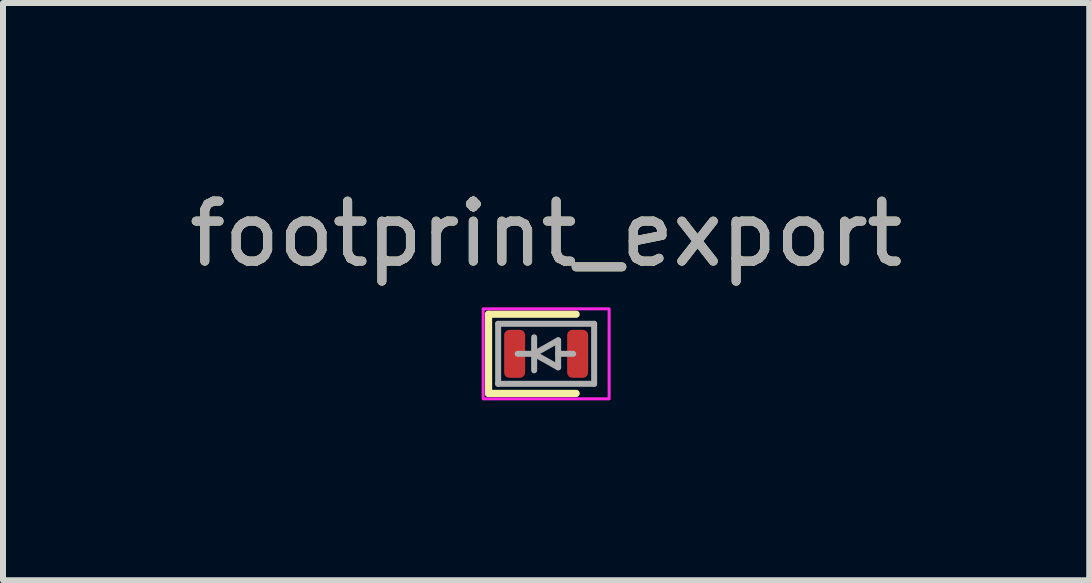
<source format=kicad_pcb>
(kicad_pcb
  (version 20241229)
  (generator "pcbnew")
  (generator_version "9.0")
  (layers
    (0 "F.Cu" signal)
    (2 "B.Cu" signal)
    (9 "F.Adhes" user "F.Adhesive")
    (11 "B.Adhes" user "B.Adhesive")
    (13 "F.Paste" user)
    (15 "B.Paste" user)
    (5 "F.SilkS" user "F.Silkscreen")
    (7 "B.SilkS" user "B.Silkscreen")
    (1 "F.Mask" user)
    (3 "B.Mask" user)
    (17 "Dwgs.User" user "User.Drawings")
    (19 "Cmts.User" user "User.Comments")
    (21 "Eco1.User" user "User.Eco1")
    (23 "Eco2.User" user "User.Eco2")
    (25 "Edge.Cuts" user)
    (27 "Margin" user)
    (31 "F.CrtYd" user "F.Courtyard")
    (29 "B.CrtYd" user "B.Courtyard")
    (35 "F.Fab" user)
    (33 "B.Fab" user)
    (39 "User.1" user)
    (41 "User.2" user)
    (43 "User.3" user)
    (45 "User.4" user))
  (footprint "footprint_export"
    (layer "F.Cu")
    (at 6.054 2.848)
    (property "Reference" "footprint_export" (at 0 -2 0) (layer "F.SilkS") (effects (font (size 1 1) (thickness 0.15))))
    (attr smd)
    (fp_line (start -0.96 -0.66) (end -0.96 0.66) (stroke (width 0.12) (type solid)) (layer "F.SilkS"))
    (fp_line (start -0.96 0.66) (end 0.5 0.66) (stroke (width 0.12) (type solid)) (layer "F.SilkS"))
    (fp_line (start 0.5 -0.66) (end -0.96 -0.66) (stroke (width 0.12) (type solid)) (layer "F.SilkS"))
    (fp_rect (start 1.05 0.75) (end -1.05 -0.75) (stroke (width 0.05) (type default)) (fill no) (layer "F.CrtYd"))
    (fp_line (start -0.8 -0.5) (end -0.8 0.5) (stroke (width 0.1) (type solid)) (layer "F.Fab"))
    (fp_line (start -0.8 -0.5) (end 0.8 -0.5) (stroke (width 0.1) (type solid)) (layer "F.Fab"))
    (fp_line (start -0.2 -0.275) (end -0.2 0.275) (stroke (width 0.1) (type solid)) (layer "F.Fab"))
    (fp_line (start -0.2 0) (end -0.475 0) (stroke (width 0.1) (type solid)) (layer "F.Fab"))
    (fp_line (start -0.2 0) (end 0.2 -0.225) (stroke (width 0.1) (type solid)) (layer "F.Fab"))
    (fp_line (start 0.2 -0.225) (end 0.2 0.225) (stroke (width 0.1) (type solid)) (layer "F.Fab"))
    (fp_line (start 0.2 0) (end 0.45 0) (stroke (width 0.1) (type solid)) (layer "F.Fab"))
    (fp_line (start 0.2 0.225) (end -0.2 0) (stroke (width 0.1) (type solid)) (layer "F.Fab"))
    (fp_line (start 0.8 -0.5) (end 0.8 0.5) (stroke (width 0.1) (type solid)) (layer "F.Fab"))
    (fp_line (start 0.8 0.5) (end -0.8 0.5) (stroke (width 0.1) (type solid)) (layer "F.Fab"))
    (fp_text user "${REFERENCE}" (at 0 -2 0) (layer "F.Fab") (effects (font (size 1 1) (thickness 0.15))))
    (pad "1" smd roundrect (at -0.525 0) (size 0.35 0.8) (layers "F.Cu" "F.Mask" "F.Paste") (roundrect_rratio 0.25))
    (pad "2" smd roundrect (at 0.525 0) (size 0.35 0.8) (layers "F.Cu" "F.Mask" "F.Paste") (roundrect_rratio 0.25)))
  (gr_rect
    (start -3 -3)
    (end 15.107 6.623)
    (stroke (width 0.1) (type default))
    (fill no)
    (layer "Edge.Cuts")))
</source>
